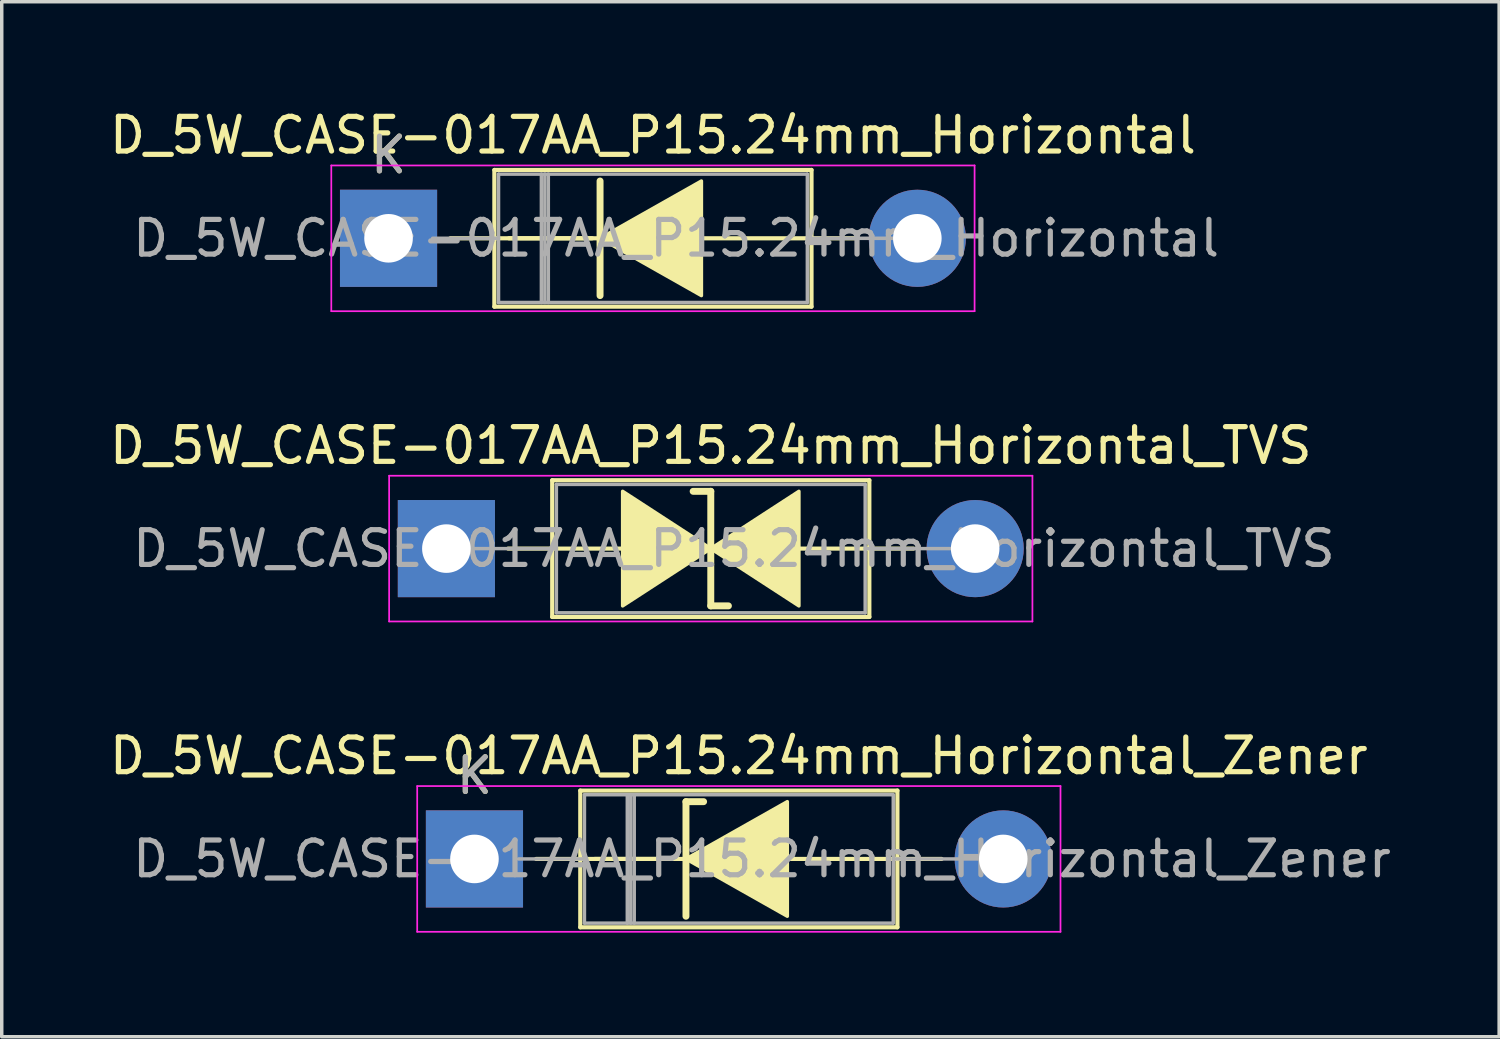
<source format=kicad_pcb>
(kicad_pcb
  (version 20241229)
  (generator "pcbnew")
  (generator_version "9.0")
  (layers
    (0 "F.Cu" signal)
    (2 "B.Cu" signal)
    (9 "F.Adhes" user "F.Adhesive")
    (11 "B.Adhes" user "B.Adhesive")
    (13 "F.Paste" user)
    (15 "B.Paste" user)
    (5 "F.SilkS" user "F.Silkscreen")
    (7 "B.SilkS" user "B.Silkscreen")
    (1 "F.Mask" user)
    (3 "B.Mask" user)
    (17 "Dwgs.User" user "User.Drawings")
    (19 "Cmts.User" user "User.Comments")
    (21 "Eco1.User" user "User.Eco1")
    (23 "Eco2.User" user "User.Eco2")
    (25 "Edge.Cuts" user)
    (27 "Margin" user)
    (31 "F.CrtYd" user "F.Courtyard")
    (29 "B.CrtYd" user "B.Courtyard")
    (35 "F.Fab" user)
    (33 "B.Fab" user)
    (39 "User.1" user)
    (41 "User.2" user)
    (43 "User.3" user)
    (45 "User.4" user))
  (footprint "D_5W_CASE-017AA_P15.24mm_Horizontal_Zener"
    (layer "F.Cu")
    (at 10.624 21.705)
    (property "Reference" "D_5W_CASE-017AA_P15.24mm_Horizontal_Zener" (at 7.62 -2.97 0) (layer "F.SilkS") (effects (font (size 1 1) (thickness 0.15))))
    (fp_line (start 1.778 0) (end 6.096 0) (stroke (width 0.12) (type solid)) (layer "F.SilkS"))
    (fp_line (start 3.05 -1.97) (end 3.05 1.97) (stroke (width 0.12) (type solid)) (layer "F.SilkS"))
    (fp_line (start 3.05 1.97) (end 12.19 1.97) (stroke (width 0.12) (type solid)) (layer "F.SilkS"))
    (fp_line (start 5.87 0) (end 3.47 0) (stroke (width 0.12) (type solid)) (layer "F.SilkS"))
    (fp_line (start 6.096 -1.651) (end 6.096 1.651) (stroke (width 0.2) (type solid)) (layer "F.SilkS"))
    (fp_line (start 6.096 -1.651) (end 6.604 -1.651) (stroke (width 0.2) (type solid)) (layer "F.SilkS"))
    (fp_line (start 12.19 -1.97) (end 3.05 -1.97) (stroke (width 0.12) (type solid)) (layer "F.SilkS"))
    (fp_line (start 12.19 1.97) (end 12.19 -1.97) (stroke (width 0.12) (type solid)) (layer "F.SilkS"))
    (fp_line (start 13.462 0) (end 8.89 0) (stroke (width 0.12) (type solid)) (layer "F.SilkS"))
    (fp_poly (pts (xy 9.017 1.651) (xy 6.096 0) (xy 9.017 -1.651)) (stroke (width 0.1) (type solid)) (fill yes) (layer "F.SilkS"))
    (fp_line (start -1.65 -2.1) (end -1.65 2.1) (stroke (width 0.05) (type solid)) (layer "F.CrtYd"))
    (fp_line (start -1.65 2.1) (end 16.89 2.1) (stroke (width 0.05) (type solid)) (layer "F.CrtYd"))
    (fp_line (start 16.89 -2.1) (end -1.65 -2.1) (stroke (width 0.05) (type solid)) (layer "F.CrtYd"))
    (fp_line (start 16.89 2.1) (end 16.89 -2.1) (stroke (width 0.05) (type solid)) (layer "F.CrtYd"))
    (fp_line (start 1.27 0) (end 3.17 0) (stroke (width 0.1) (type solid)) (layer "F.Fab"))
    (fp_line (start 3.17 -1.85) (end 3.17 1.85) (stroke (width 0.1) (type solid)) (layer "F.Fab"))
    (fp_line (start 3.17 1.85) (end 12.07 1.85) (stroke (width 0.1) (type solid)) (layer "F.Fab"))
    (fp_line (start 4.405 -1.85) (end 4.405 1.85) (stroke (width 0.1) (type solid)) (layer "F.Fab"))
    (fp_line (start 4.505 -1.85) (end 4.505 1.85) (stroke (width 0.1) (type solid)) (layer "F.Fab"))
    (fp_line (start 4.605 -1.85) (end 4.605 1.85) (stroke (width 0.1) (type solid)) (layer "F.Fab"))
    (fp_line (start 12.07 -1.85) (end 3.17 -1.85) (stroke (width 0.1) (type solid)) (layer "F.Fab"))
    (fp_line (start 12.07 1.85) (end 12.07 -1.85) (stroke (width 0.1) (type solid)) (layer "F.Fab"))
    (fp_line (start 15.24 0) (end 12.07 0) (stroke (width 0.1) (type solid)) (layer "F.Fab"))
    (fp_text user "K" (at 0 -2.4 0) (layer "F.SilkS") (effects (font (size 1 1) (thickness 0.15))))
    (fp_text user "K" (at 0 -2.4 0) (layer "F.Fab") (effects (font (size 1 1) (thickness 0.15))))
    (fp_text user "${REFERENCE}" (at 8.287 0 0) (layer "F.Fab") (effects (font (size 1 1) (thickness 0.15))))
    (pad "1" thru_hole rect (at 0 0) (size 2.8 2.8) (drill 1.4) (layers "*.Cu" "*.Mask"))
    (pad "2" thru_hole oval (at 15.24 0) (size 2.8 2.8) (drill 1.4) (layers "*.Cu" "*.Mask")))
  (footprint "D_5W_CASE-017AA_P15.24mm_Horizontal"
    (layer "F.Cu")
    (at 8.148 3.818)
    (property "Reference" "D_5W_CASE-017AA_P15.24mm_Horizontal" (at 7.62 -2.97 0) (layer "F.SilkS") (effects (font (size 1 1) (thickness 0.15))))
    (fp_line (start 1.778 0) (end 6.096 0) (stroke (width 0.12) (type solid)) (layer "F.SilkS"))
    (fp_line (start 3.05 -1.97) (end 3.05 1.97) (stroke (width 0.12) (type solid)) (layer "F.SilkS"))
    (fp_line (start 3.05 1.97) (end 12.19 1.97) (stroke (width 0.12) (type solid)) (layer "F.SilkS"))
    (fp_line (start 5.87 0) (end 3.47 0) (stroke (width 0.12) (type solid)) (layer "F.SilkS"))
    (fp_line (start 6.096 -1.651) (end 6.096 1.651) (stroke (width 0.2) (type solid)) (layer "F.SilkS"))
    (fp_line (start 12.19 -1.97) (end 3.05 -1.97) (stroke (width 0.12) (type solid)) (layer "F.SilkS"))
    (fp_line (start 12.19 1.97) (end 12.19 -1.97) (stroke (width 0.12) (type solid)) (layer "F.SilkS"))
    (fp_line (start 13.462 0) (end 8.89 0) (stroke (width 0.12) (type solid)) (layer "F.SilkS"))
    (fp_poly (pts (xy 9.017 1.651) (xy 6.096 0) (xy 9.017 -1.651)) (stroke (width 0.1) (type solid)) (fill yes) (layer "F.SilkS"))
    (fp_line (start -1.65 -2.1) (end -1.65 2.1) (stroke (width 0.05) (type solid)) (layer "F.CrtYd"))
    (fp_line (start -1.65 2.1) (end 16.89 2.1) (stroke (width 0.05) (type solid)) (layer "F.CrtYd"))
    (fp_line (start 16.89 -2.1) (end -1.65 -2.1) (stroke (width 0.05) (type solid)) (layer "F.CrtYd"))
    (fp_line (start 16.89 2.1) (end 16.89 -2.1) (stroke (width 0.05) (type solid)) (layer "F.CrtYd"))
    (fp_line (start 1.27 0) (end 3.17 0) (stroke (width 0.1) (type solid)) (layer "F.Fab"))
    (fp_line (start 3.17 -1.85) (end 3.17 1.85) (stroke (width 0.1) (type solid)) (layer "F.Fab"))
    (fp_line (start 3.17 1.85) (end 12.07 1.85) (stroke (width 0.1) (type solid)) (layer "F.Fab"))
    (fp_line (start 4.405 -1.85) (end 4.405 1.85) (stroke (width 0.1) (type solid)) (layer "F.Fab"))
    (fp_line (start 4.505 -1.85) (end 4.505 1.85) (stroke (width 0.1) (type solid)) (layer "F.Fab"))
    (fp_line (start 4.605 -1.85) (end 4.605 1.85) (stroke (width 0.1) (type solid)) (layer "F.Fab"))
    (fp_line (start 12.07 -1.85) (end 3.17 -1.85) (stroke (width 0.1) (type solid)) (layer "F.Fab"))
    (fp_line (start 12.07 1.85) (end 12.07 -1.85) (stroke (width 0.1) (type solid)) (layer "F.Fab"))
    (fp_line (start 15.24 0) (end 12.07 0) (stroke (width 0.1) (type solid)) (layer "F.Fab"))
    (fp_text user "K" (at 0 -2.4 0) (layer "F.SilkS") (effects (font (size 1 1) (thickness 0.15))))
    (fp_text user "K" (at 0 -2.4 0) (layer "F.Fab") (effects (font (size 1 1) (thickness 0.15))))
    (fp_text user "${REFERENCE}" (at 8.287 0 0) (layer "F.Fab") (effects (font (size 1 1) (thickness 0.15))))
    (pad "1" thru_hole rect (at 0 0) (size 2.8 2.8) (drill 1.4) (layers "*.Cu" "*.Mask"))
    (pad "2" thru_hole oval (at 15.24 0) (size 2.8 2.8) (drill 1.4) (layers "*.Cu" "*.Mask")))
  (footprint "D_5W_CASE-017AA_P15.24mm_Horizontal_TVS"
    (layer "F.Cu")
    (at 9.815 12.761)
    (property "Reference" "D_5W_CASE-017AA_P15.24mm_Horizontal_TVS" (at 7.62 -2.97 0) (layer "F.SilkS") (effects (font (size 1 1) (thickness 0.15))))
    (fp_line (start 1.778 0) (end 3.05 0) (stroke (width 0.12) (type solid)) (layer "F.SilkS"))
    (fp_line (start 3.048 0) (end 5.08 0) (stroke (width 0.12) (type solid)) (layer "F.SilkS"))
    (fp_line (start 3.05 -1.97) (end 3.05 1.97) (stroke (width 0.12) (type solid)) (layer "F.SilkS"))
    (fp_line (start 3.05 1.97) (end 12.19 1.97) (stroke (width 0.12) (type solid)) (layer "F.SilkS"))
    (fp_line (start 7.62 -1.651) (end 7.112 -1.651) (stroke (width 0.2) (type solid)) (layer "F.SilkS"))
    (fp_line (start 7.62 1.651) (end 7.62 -1.651) (stroke (width 0.2) (type solid)) (layer "F.SilkS"))
    (fp_line (start 8.128 1.651) (end 7.62 1.651) (stroke (width 0.2) (type solid)) (layer "F.SilkS"))
    (fp_line (start 12.19 -1.97) (end 3.05 -1.97) (stroke (width 0.12) (type solid)) (layer "F.SilkS"))
    (fp_line (start 12.19 0) (end 10.16 0) (stroke (width 0.12) (type solid)) (layer "F.SilkS"))
    (fp_line (start 12.19 1.97) (end 12.19 -1.97) (stroke (width 0.12) (type solid)) (layer "F.SilkS"))
    (fp_line (start 13.462 0) (end 12.19 0) (stroke (width 0.12) (type solid)) (layer "F.SilkS"))
    (fp_poly (pts (xy 7.62 0) (xy 5.08 1.651) (xy 5.08 -1.651)) (stroke (width 0.1) (type solid)) (fill yes) (layer "F.SilkS"))
    (fp_poly (pts (xy 7.62 0) (xy 10.16 -1.651) (xy 10.16 1.651)) (stroke (width 0.1) (type solid)) (fill yes) (layer "F.SilkS"))
    (fp_line (start -1.65 -2.1) (end -1.65 2.1) (stroke (width 0.05) (type solid)) (layer "F.CrtYd"))
    (fp_line (start -1.65 2.1) (end 16.89 2.1) (stroke (width 0.05) (type solid)) (layer "F.CrtYd"))
    (fp_line (start 16.89 -2.1) (end -1.65 -2.1) (stroke (width 0.05) (type solid)) (layer "F.CrtYd"))
    (fp_line (start 16.89 2.1) (end 16.89 -2.1) (stroke (width 0.05) (type solid)) (layer "F.CrtYd"))
    (fp_line (start 0 0) (end 3.17 0) (stroke (width 0.1) (type solid)) (layer "F.Fab"))
    (fp_line (start 3.17 -1.85) (end 3.17 1.85) (stroke (width 0.1) (type solid)) (layer "F.Fab"))
    (fp_line (start 3.17 1.85) (end 12.07 1.85) (stroke (width 0.1) (type solid)) (layer "F.Fab"))
    (fp_line (start 12.07 -1.85) (end 3.17 -1.85) (stroke (width 0.1) (type solid)) (layer "F.Fab"))
    (fp_line (start 12.07 1.85) (end 12.07 -1.85) (stroke (width 0.1) (type solid)) (layer "F.Fab"))
    (fp_line (start 15.24 0) (end 12.07 0) (stroke (width 0.1) (type solid)) (layer "F.Fab"))
    (fp_text user "${REFERENCE}" (at 8.287 0 0) (layer "F.Fab") (effects (font (size 1 1) (thickness 0.15))))
    (pad "1" thru_hole rect (at 0 0) (size 2.8 2.8) (drill 1.4) (layers "*.Cu" "*.Mask"))
    (pad "2" thru_hole oval (at 15.24 0) (size 2.8 2.8) (drill 1.4) (layers "*.Cu" "*.Mask")))
  (gr_rect
    (start -3 -3)
    (end 40.156 26.83)
    (stroke (width 0.1) (type default))
    (fill no)
    (layer "Edge.Cuts")))
</source>
